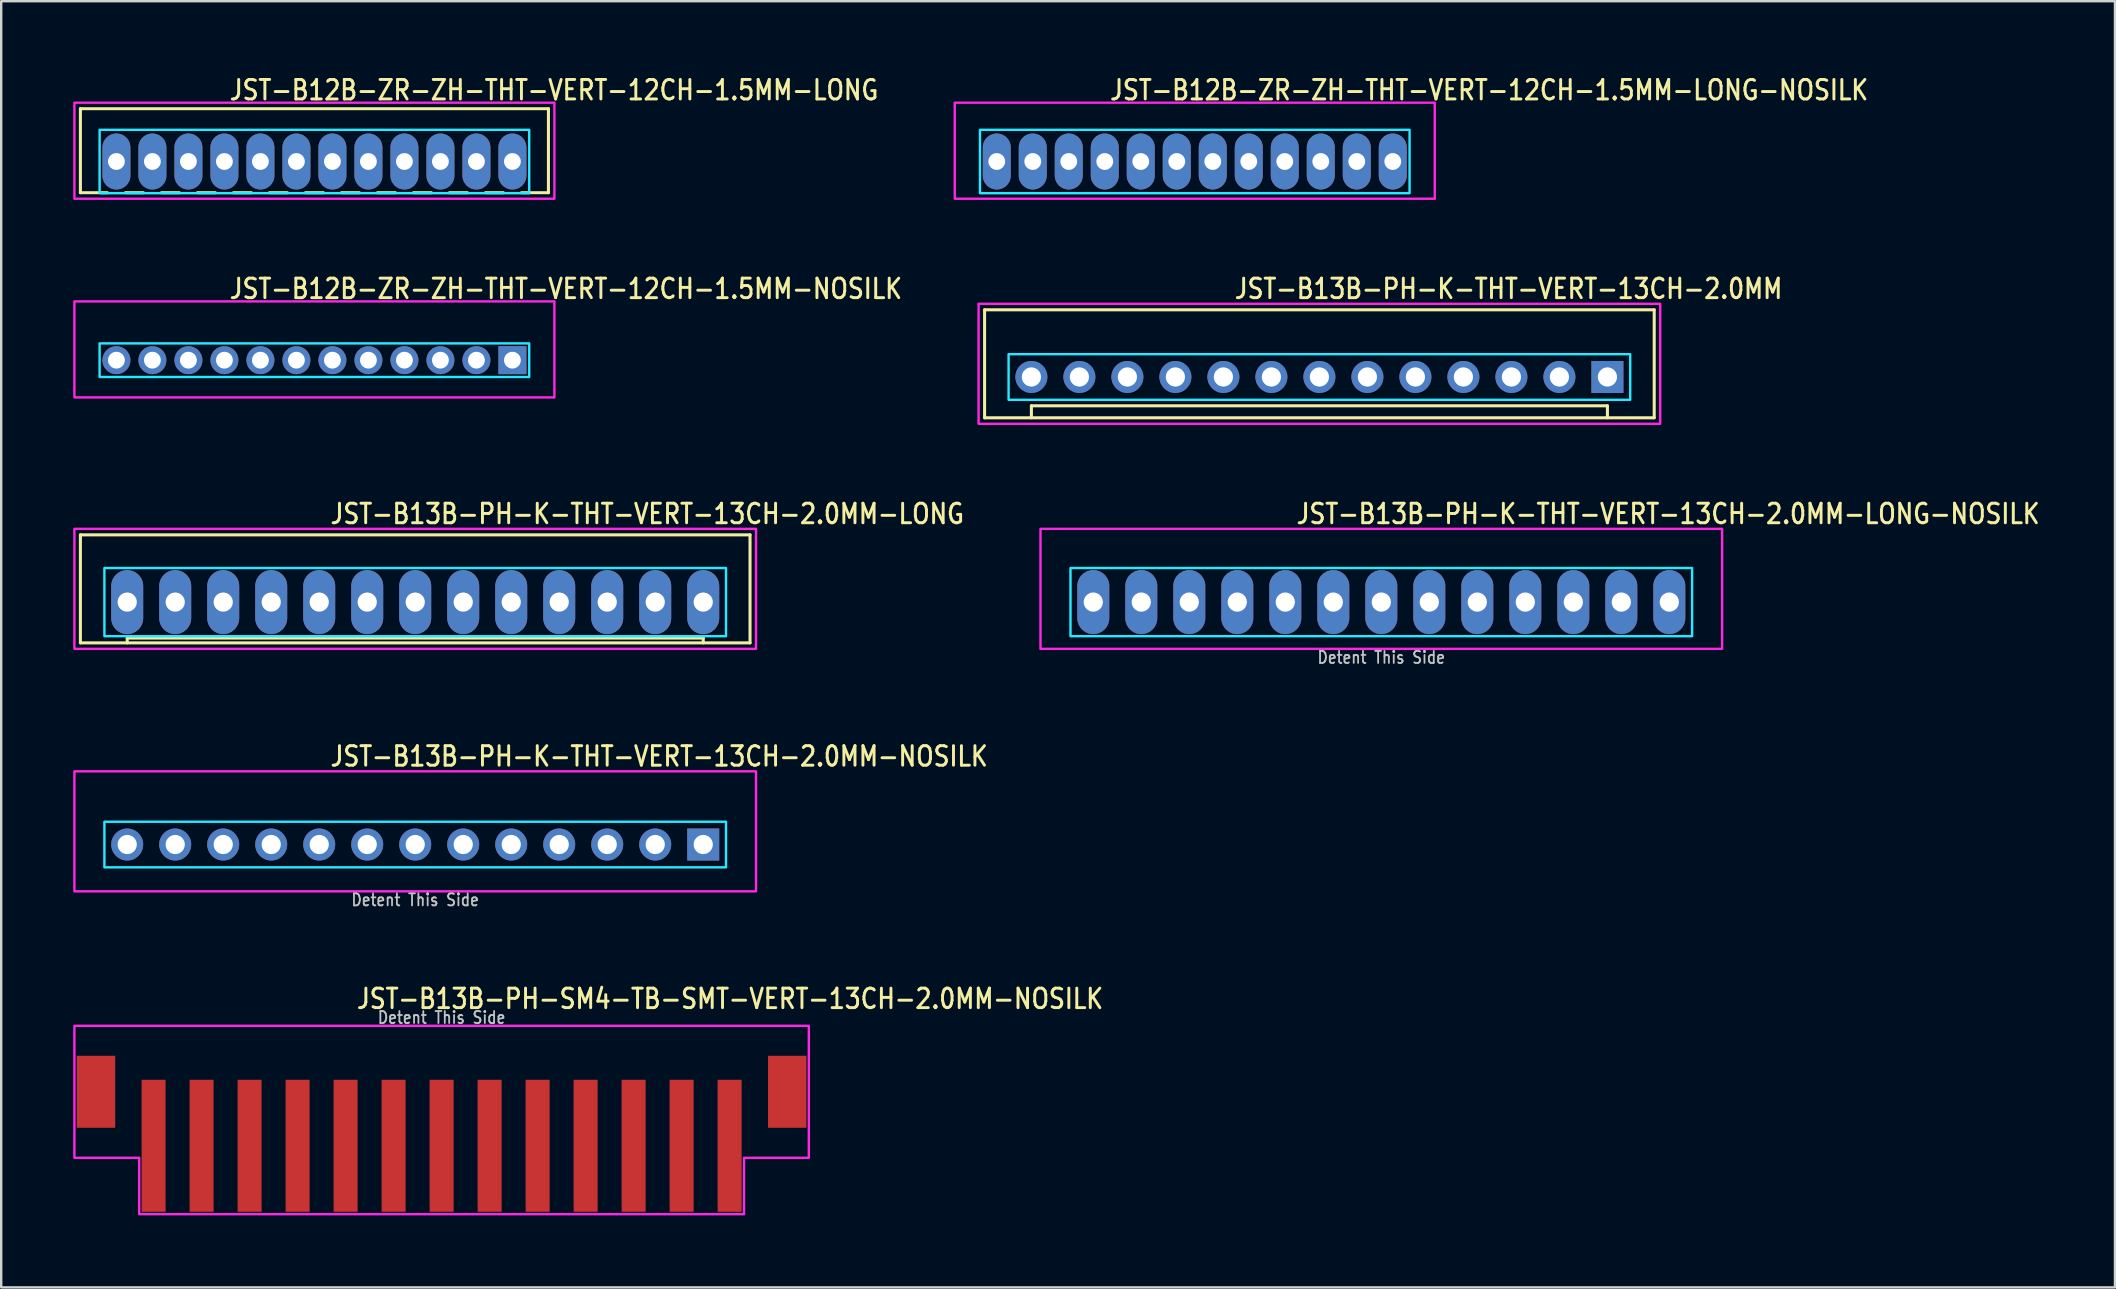
<source format=kicad_pcb>
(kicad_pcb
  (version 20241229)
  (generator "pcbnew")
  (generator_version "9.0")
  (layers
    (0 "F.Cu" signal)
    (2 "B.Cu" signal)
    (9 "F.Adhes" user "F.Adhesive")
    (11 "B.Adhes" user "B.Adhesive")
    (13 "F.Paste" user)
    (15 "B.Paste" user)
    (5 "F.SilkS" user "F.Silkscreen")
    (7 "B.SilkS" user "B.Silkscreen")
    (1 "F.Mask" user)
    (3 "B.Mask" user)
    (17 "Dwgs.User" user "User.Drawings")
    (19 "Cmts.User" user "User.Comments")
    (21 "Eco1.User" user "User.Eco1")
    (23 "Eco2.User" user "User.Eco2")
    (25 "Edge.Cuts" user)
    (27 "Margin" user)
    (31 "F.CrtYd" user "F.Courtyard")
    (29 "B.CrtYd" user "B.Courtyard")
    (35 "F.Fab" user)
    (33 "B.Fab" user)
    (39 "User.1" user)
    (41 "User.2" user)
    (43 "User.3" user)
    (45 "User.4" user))
  (footprint "JST-B13B-PH-K-THT-VERT-13CH-2.0MM"
    (layer "F.Cu")
    (at 51.923 12.657)
    (property "Reference" "JST-B13B-PH-K-THT-VERT-13CH-2.0MM" (at -3.6 -3.2 0) (unlocked yes) (layer "F.SilkS") (effects (font (size 0.813 0.695) (thickness 0.122)) (justify left bottom)))
    (fp_line (start -13.95 -2.8) (end -13.95 1.7) (stroke (width 0.127) (type solid)) (layer "F.SilkS"))
    (fp_line (start -13.95 -2.8) (end 13.95 -2.8) (stroke (width 0.127) (type solid)) (layer "F.SilkS"))
    (fp_line (start -13.95 1.7) (end 13.95 1.7) (stroke (width 0.127) (type solid)) (layer "F.SilkS"))
    (fp_line (start -12 1.7) (end -12 1.2) (stroke (width 0.127) (type solid)) (layer "F.SilkS"))
    (fp_line (start 12 1.2) (end -12 1.2) (stroke (width 0.127) (type solid)) (layer "F.SilkS"))
    (fp_line (start 12 1.7) (end 12 1.2) (stroke (width 0.127) (type solid)) (layer "F.SilkS"))
    (fp_line (start 13.95 1.7) (end 13.95 -2.8) (stroke (width 0.127) (type solid)) (layer "F.SilkS"))
    (fp_poly (pts (xy -12.95 -0.95) (xy -12.95 0.95) (xy 12.95 0.95) (xy 12.95 -0.95)) (stroke (width 0.1) (type solid)) (fill no) (layer "B.CrtYd"))
    (fp_poly (pts (xy -14.2 1.95) (xy -14.2 -3.05) (xy 14.2 -3.05) (xy 14.2 1.95)) (stroke (width 0.1) (type solid)) (fill no) (layer "F.CrtYd"))
    (pad "1" thru_hole rect (at 12 0) (size 1.333 1.333) (drill 0.8) (layers "*.Cu" "*.Mask"))
    (pad "2" thru_hole oval (at 10 0) (size 1.333 1.333) (drill 0.8) (layers "*.Cu" "*.Mask"))
    (pad "3" thru_hole oval (at 8 0) (size 1.333 1.333) (drill 0.8) (layers "*.Cu" "*.Mask"))
    (pad "4" thru_hole oval (at 6 0) (size 1.333 1.333) (drill 0.8) (layers "*.Cu" "*.Mask"))
    (pad "5" thru_hole oval (at 4 0) (size 1.333 1.333) (drill 0.8) (layers "*.Cu" "*.Mask"))
    (pad "6" thru_hole oval (at 2 0) (size 1.333 1.333) (drill 0.8) (layers "*.Cu" "*.Mask"))
    (pad "7" thru_hole oval (at 0 0) (size 1.333 1.333) (drill 0.8) (layers "*.Cu" "*.Mask"))
    (pad "8" thru_hole oval (at -2 0) (size 1.333 1.333) (drill 0.8) (layers "*.Cu" "*.Mask"))
    (pad "9" thru_hole oval (at -4 0) (size 1.333 1.333) (drill 0.8) (layers "*.Cu" "*.Mask"))
    (pad "10" thru_hole oval (at -6 0) (size 1.333 1.333) (drill 0.8) (layers "*.Cu" "*.Mask"))
    (pad "11" thru_hole oval (at -8 0) (size 1.333 1.333) (drill 0.8) (layers "*.Cu" "*.Mask"))
    (pad "12" thru_hole oval (at -10 0) (size 1.333 1.333) (drill 0.8) (layers "*.Cu" "*.Mask"))
    (pad "13" thru_hole oval (at -12 0) (size 1.333 1.333) (drill 0.8) (layers "*.Cu" "*.Mask")))
  (footprint "JST-B13B-PH-K-THT-VERT-13CH-2.0MM-NOSILK"
    (layer "F.Cu")
    (at 14.25 32.137)
    (property "Reference" "JST-B13B-PH-K-THT-VERT-13CH-2.0MM-NOSILK" (at -3.6 -3.2 0) (unlocked yes) (layer "F.SilkS") (effects (font (size 0.813 0.695) (thickness 0.122)) (justify left bottom)))
    (fp_poly (pts (xy -12.95 -0.95) (xy -12.95 0.95) (xy 12.95 0.95) (xy 12.95 -0.95)) (stroke (width 0.1) (type solid)) (fill no) (layer "B.CrtYd"))
    (fp_poly (pts (xy -14.2 1.95) (xy -14.2 -3.05) (xy 14.2 -3.05) (xy 14.2 1.95)) (stroke (width 0.1) (type solid)) (fill no) (layer "F.CrtYd"))
    (fp_text user "Detent This Side" (at 0 2.6 0) (unlocked yes) (layer "Dwgs.User") (effects (font (size 0.5 0.427) (thickness 0.075)) (justify bottom)))
    (pad "1" thru_hole rect (at 12 0) (size 1.333 1.333) (drill 0.8) (layers "*.Cu" "*.Mask"))
    (pad "2" thru_hole oval (at 10 0) (size 1.333 1.333) (drill 0.8) (layers "*.Cu" "*.Mask"))
    (pad "3" thru_hole oval (at 8 0) (size 1.333 1.333) (drill 0.8) (layers "*.Cu" "*.Mask"))
    (pad "4" thru_hole oval (at 6 0) (size 1.333 1.333) (drill 0.8) (layers "*.Cu" "*.Mask"))
    (pad "5" thru_hole oval (at 4 0) (size 1.333 1.333) (drill 0.8) (layers "*.Cu" "*.Mask"))
    (pad "6" thru_hole oval (at 2 0) (size 1.333 1.333) (drill 0.8) (layers "*.Cu" "*.Mask"))
    (pad "7" thru_hole oval (at 0 0) (size 1.333 1.333) (drill 0.8) (layers "*.Cu" "*.Mask"))
    (pad "8" thru_hole oval (at -2 0) (size 1.333 1.333) (drill 0.8) (layers "*.Cu" "*.Mask"))
    (pad "9" thru_hole oval (at -4 0) (size 1.333 1.333) (drill 0.8) (layers "*.Cu" "*.Mask"))
    (pad "10" thru_hole oval (at -6 0) (size 1.333 1.333) (drill 0.8) (layers "*.Cu" "*.Mask"))
    (pad "11" thru_hole oval (at -8 0) (size 1.333 1.333) (drill 0.8) (layers "*.Cu" "*.Mask"))
    (pad "12" thru_hole oval (at -10 0) (size 1.333 1.333) (drill 0.8) (layers "*.Cu" "*.Mask"))
    (pad "13" thru_hole oval (at -12 0) (size 1.333 1.333) (drill 0.8) (layers "*.Cu" "*.Mask")))
  (footprint "JST-B12B-ZR-ZH-THT-VERT-12CH-1.5MM-NOSILK"
    (layer "F.Cu")
    (at 10.05 11.957)
    (property "Reference" "JST-B12B-ZR-ZH-THT-VERT-12CH-1.5MM-NOSILK" (at -3.6 -2.5 0) (unlocked yes) (layer "F.SilkS") (effects (font (size 0.813 0.695) (thickness 0.122)) (justify left bottom)))
    (fp_poly (pts (xy -8.95 -0.7) (xy -8.95 0.7) (xy 8.95 0.7) (xy 8.95 -0.7)) (stroke (width 0.1) (type solid)) (fill no) (layer "B.CrtYd"))
    (fp_poly (pts (xy -10 -2.45) (xy -10 1.55) (xy 10 1.55) (xy 10 -2.45)) (stroke (width 0.1) (type solid)) (fill no) (layer "F.CrtYd"))
    (pad "1" thru_hole rect (at 8.25 0) (size 1.167 1.167) (drill 0.7) (layers "*.Cu" "*.Mask"))
    (pad "2" thru_hole oval (at 6.75 0) (size 1.167 1.167) (drill 0.7) (layers "*.Cu" "*.Mask"))
    (pad "3" thru_hole oval (at 5.25 0) (size 1.167 1.167) (drill 0.7) (layers "*.Cu" "*.Mask"))
    (pad "4" thru_hole oval (at 3.75 0) (size 1.167 1.167) (drill 0.7) (layers "*.Cu" "*.Mask"))
    (pad "5" thru_hole oval (at 2.25 0) (size 1.167 1.167) (drill 0.7) (layers "*.Cu" "*.Mask"))
    (pad "6" thru_hole oval (at 0.75 0) (size 1.167 1.167) (drill 0.7) (layers "*.Cu" "*.Mask"))
    (pad "7" thru_hole oval (at -0.75 0) (size 1.167 1.167) (drill 0.7) (layers "*.Cu" "*.Mask"))
    (pad "8" thru_hole oval (at -2.25 0) (size 1.167 1.167) (drill 0.7) (layers "*.Cu" "*.Mask"))
    (pad "9" thru_hole oval (at -3.75 0) (size 1.167 1.167) (drill 0.7) (layers "*.Cu" "*.Mask"))
    (pad "10" thru_hole oval (at -5.25 0) (size 1.167 1.167) (drill 0.7) (layers "*.Cu" "*.Mask"))
    (pad "11" thru_hole oval (at -6.75 0) (size 1.167 1.167) (drill 0.7) (layers "*.Cu" "*.Mask"))
    (pad "12" thru_hole oval (at -8.25 0) (size 1.167 1.167) (drill 0.7) (layers "*.Cu" "*.Mask")))
  (footprint "JST-B13B-PH-K-THT-VERT-13CH-2.0MM-LONG-NOSILK"
    (layer "F.Cu")
    (at 54.502 22.036)
    (property "Reference" "JST-B13B-PH-K-THT-VERT-13CH-2.0MM-LONG-NOSILK" (at -3.6 -3.2 0) (unlocked yes) (layer "F.SilkS") (effects (font (size 0.813 0.695) (thickness 0.122)) (justify left bottom)))
    (fp_poly (pts (xy -12.95 -1.42) (xy -12.95 1.42) (xy 12.95 1.42) (xy 12.95 -1.42)) (stroke (width 0.1) (type solid)) (fill no) (layer "B.CrtYd"))
    (fp_poly (pts (xy -14.2 1.95) (xy -14.2 -3.05) (xy 14.2 -3.05) (xy 14.2 1.95)) (stroke (width 0.1) (type solid)) (fill no) (layer "F.CrtYd"))
    (fp_text user "Detent This Side" (at 0 2.6 0) (unlocked yes) (layer "Dwgs.User") (effects (font (size 0.5 0.427) (thickness 0.075)) (justify bottom)))
    (pad "1" thru_hole oval (at 12 0 90) (size 2.667 1.333) (drill 0.8) (layers "*.Cu" "*.Mask"))
    (pad "2" thru_hole oval (at 10 0 90) (size 2.667 1.333) (drill 0.8) (layers "*.Cu" "*.Mask"))
    (pad "3" thru_hole oval (at 8 0 90) (size 2.667 1.333) (drill 0.8) (layers "*.Cu" "*.Mask"))
    (pad "4" thru_hole oval (at 6 0 90) (size 2.667 1.333) (drill 0.8) (layers "*.Cu" "*.Mask"))
    (pad "5" thru_hole oval (at 4 0 90) (size 2.667 1.333) (drill 0.8) (layers "*.Cu" "*.Mask"))
    (pad "6" thru_hole oval (at 2 0 90) (size 2.667 1.333) (drill 0.8) (layers "*.Cu" "*.Mask"))
    (pad "7" thru_hole oval (at 0 0 90) (size 2.667 1.333) (drill 0.8) (layers "*.Cu" "*.Mask"))
    (pad "8" thru_hole oval (at -2 0 90) (size 2.667 1.333) (drill 0.8) (layers "*.Cu" "*.Mask"))
    (pad "9" thru_hole oval (at -4 0 90) (size 2.667 1.333) (drill 0.8) (layers "*.Cu" "*.Mask"))
    (pad "10" thru_hole oval (at -6 0 90) (size 2.667 1.333) (drill 0.8) (layers "*.Cu" "*.Mask"))
    (pad "11" thru_hole oval (at -8 0 90) (size 2.667 1.333) (drill 0.8) (layers "*.Cu" "*.Mask"))
    (pad "12" thru_hole oval (at -10 0 90) (size 2.667 1.333) (drill 0.8) (layers "*.Cu" "*.Mask"))
    (pad "13" thru_hole oval (at -12 0 90) (size 2.667 1.333) (drill 0.8) (layers "*.Cu" "*.Mask")))
  (footprint "JST-B13B-PH-SM4-TB-SMT-VERT-13CH-2.0MM-NOSILK"
    (layer "F.Cu")
    (at 15.35 42.439)
    (property "Reference" "JST-B13B-PH-SM4-TB-SMT-VERT-13CH-2.0MM-NOSILK" (at -3.6 -3.4 0) (unlocked yes) (layer "F.SilkS") (effects (font (size 0.813 0.695) (thickness 0.122)) (justify left bottom)))
    (fp_poly (pts (xy -15.3 -2.75) (xy -15.3 2.75) (xy -12.6 2.75) (xy -12.6 5.1) (xy 12.6 5.1) (xy 12.6 2.75) (xy 15.3 2.75) (xy 15.3 -2.75)) (stroke (width 0.1) (type solid)) (fill no) (layer "F.CrtYd"))
    (fp_text user "Detent This Side" (at 0 -2.8 0) (unlocked yes) (layer "Dwgs.User") (effects (font (size 0.5 0.427) (thickness 0.075)) (justify bottom)))
    (pad "1" smd rect (at -12 2.25) (size 1 5.5) (layers "F.Cu" "F.Mask" "F.Paste"))
    (pad "2" smd rect (at -10 2.25) (size 1 5.5) (layers "F.Cu" "F.Mask" "F.Paste"))
    (pad "3" smd rect (at -8 2.25) (size 1 5.5) (layers "F.Cu" "F.Mask" "F.Paste"))
    (pad "4" smd rect (at -6 2.25) (size 1 5.5) (layers "F.Cu" "F.Mask" "F.Paste"))
    (pad "5" smd rect (at -4 2.25) (size 1 5.5) (layers "F.Cu" "F.Mask" "F.Paste"))
    (pad "6" smd rect (at -2 2.25) (size 1 5.5) (layers "F.Cu" "F.Mask" "F.Paste"))
    (pad "7" smd rect (at 0 2.25) (size 1 5.5) (layers "F.Cu" "F.Mask" "F.Paste"))
    (pad "8" smd rect (at 2 2.25) (size 1 5.5) (layers "F.Cu" "F.Mask" "F.Paste"))
    (pad "9" smd rect (at 4 2.25) (size 1 5.5) (layers "F.Cu" "F.Mask" "F.Paste"))
    (pad "10" smd rect (at 6 2.25) (size 1 5.5) (layers "F.Cu" "F.Mask" "F.Paste"))
    (pad "11" smd rect (at 8 2.25) (size 1 5.5) (layers "F.Cu" "F.Mask" "F.Paste"))
    (pad "12" smd rect (at 10 2.25) (size 1 5.5) (layers "F.Cu" "F.Mask" "F.Paste"))
    (pad "13" smd rect (at 12 2.25) (size 1 5.5) (layers "F.Cu" "F.Mask" "F.Paste"))
    (pad "S_1" smd rect (at -14.4 0) (size 1.6 3) (layers "F.Cu" "F.Mask" "F.Paste"))
    (pad "S_2" smd rect (at 14.4 0) (size 1.6 3) (layers "F.Cu" "F.Mask" "F.Paste")))
  (footprint "JST-B12B-ZR-ZH-THT-VERT-12CH-1.5MM-LONG-NOSILK"
    (layer "F.Cu")
    (at 46.73 3.679)
    (property "Reference" "JST-B12B-ZR-ZH-THT-VERT-12CH-1.5MM-LONG-NOSILK" (at -3.6 -2.5 0) (unlocked yes) (layer "F.SilkS") (effects (font (size 0.813 0.695) (thickness 0.122)) (justify left bottom)))
    (fp_poly (pts (xy -8.95 -1.32) (xy -8.95 1.32) (xy 8.95 1.32) (xy 8.95 -1.32)) (stroke (width 0.1) (type solid)) (fill no) (layer "B.CrtYd"))
    (fp_poly (pts (xy -10 -2.45) (xy -10 1.55) (xy 10 1.55) (xy 10 -2.45)) (stroke (width 0.1) (type solid)) (fill no) (layer "F.CrtYd"))
    (pad "1" thru_hole oval (at 8.25 0 90) (size 2.333 1.167) (drill 0.7) (layers "*.Cu" "*.Mask"))
    (pad "2" thru_hole oval (at 6.75 0 90) (size 2.333 1.167) (drill 0.7) (layers "*.Cu" "*.Mask"))
    (pad "3" thru_hole oval (at 5.25 0 90) (size 2.333 1.167) (drill 0.7) (layers "*.Cu" "*.Mask"))
    (pad "4" thru_hole oval (at 3.75 0 90) (size 2.333 1.167) (drill 0.7) (layers "*.Cu" "*.Mask"))
    (pad "5" thru_hole oval (at 2.25 0 90) (size 2.333 1.167) (drill 0.7) (layers "*.Cu" "*.Mask"))
    (pad "6" thru_hole oval (at 0.75 0 90) (size 2.333 1.167) (drill 0.7) (layers "*.Cu" "*.Mask"))
    (pad "7" thru_hole oval (at -0.75 0 90) (size 2.333 1.167) (drill 0.7) (layers "*.Cu" "*.Mask"))
    (pad "8" thru_hole oval (at -2.25 0 90) (size 2.333 1.167) (drill 0.7) (layers "*.Cu" "*.Mask"))
    (pad "9" thru_hole oval (at -3.75 0 90) (size 2.333 1.167) (drill 0.7) (layers "*.Cu" "*.Mask"))
    (pad "10" thru_hole oval (at -5.25 0 90) (size 2.333 1.167) (drill 0.7) (layers "*.Cu" "*.Mask"))
    (pad "11" thru_hole oval (at -6.75 0 90) (size 2.333 1.167) (drill 0.7) (layers "*.Cu" "*.Mask"))
    (pad "12" thru_hole oval (at -8.25 0 90) (size 2.333 1.167) (drill 0.7) (layers "*.Cu" "*.Mask")))
  (footprint "JST-B13B-PH-K-THT-VERT-13CH-2.0MM-LONG"
    (layer "F.Cu")
    (at 14.25 22.036)
    (property "Reference" "JST-B13B-PH-K-THT-VERT-13CH-2.0MM-LONG" (at -3.6 -3.2 0) (unlocked yes) (layer "F.SilkS") (effects (font (size 0.813 0.695) (thickness 0.122)) (justify left bottom)))
    (fp_line (start -13.95 -2.8) (end -13.95 1.7) (stroke (width 0.127) (type solid)) (layer "F.SilkS"))
    (fp_line (start -13.95 -2.8) (end 13.95 -2.8) (stroke (width 0.127) (type solid)) (layer "F.SilkS"))
    (fp_line (start -13.95 1.7) (end 13.95 1.7) (stroke (width 0.127) (type solid)) (layer "F.SilkS"))
    (fp_line (start -12 1.7) (end -12 1.5) (stroke (width 0.127) (type solid)) (layer "F.SilkS"))
    (fp_line (start 12 1.5) (end -12 1.5) (stroke (width 0.127) (type solid)) (layer "F.SilkS"))
    (fp_line (start 12 1.7) (end 12 1.5) (stroke (width 0.127) (type solid)) (layer "F.SilkS"))
    (fp_line (start 13.95 1.7) (end 13.95 -2.8) (stroke (width 0.127) (type solid)) (layer "F.SilkS"))
    (fp_poly (pts (xy -12.95 -1.42) (xy -12.95 1.42) (xy 12.95 1.42) (xy 12.95 -1.42)) (stroke (width 0.1) (type solid)) (fill no) (layer "B.CrtYd"))
    (fp_poly (pts (xy -14.2 1.95) (xy -14.2 -3.05) (xy 14.2 -3.05) (xy 14.2 1.95)) (stroke (width 0.1) (type solid)) (fill no) (layer "F.CrtYd"))
    (pad "1" thru_hole oval (at 12 0 90) (size 2.667 1.333) (drill 0.8) (layers "*.Cu" "*.Mask"))
    (pad "2" thru_hole oval (at 10 0 90) (size 2.667 1.333) (drill 0.8) (layers "*.Cu" "*.Mask"))
    (pad "3" thru_hole oval (at 8 0 90) (size 2.667 1.333) (drill 0.8) (layers "*.Cu" "*.Mask"))
    (pad "4" thru_hole oval (at 6 0 90) (size 2.667 1.333) (drill 0.8) (layers "*.Cu" "*.Mask"))
    (pad "5" thru_hole oval (at 4 0 90) (size 2.667 1.333) (drill 0.8) (layers "*.Cu" "*.Mask"))
    (pad "6" thru_hole oval (at 2 0 90) (size 2.667 1.333) (drill 0.8) (layers "*.Cu" "*.Mask"))
    (pad "7" thru_hole oval (at 0 0 90) (size 2.667 1.333) (drill 0.8) (layers "*.Cu" "*.Mask"))
    (pad "8" thru_hole oval (at -2 0 90) (size 2.667 1.333) (drill 0.8) (layers "*.Cu" "*.Mask"))
    (pad "9" thru_hole oval (at -4 0 90) (size 2.667 1.333) (drill 0.8) (layers "*.Cu" "*.Mask"))
    (pad "10" thru_hole oval (at -6 0 90) (size 2.667 1.333) (drill 0.8) (layers "*.Cu" "*.Mask"))
    (pad "11" thru_hole oval (at -8 0 90) (size 2.667 1.333) (drill 0.8) (layers "*.Cu" "*.Mask"))
    (pad "12" thru_hole oval (at -10 0 90) (size 2.667 1.333) (drill 0.8) (layers "*.Cu" "*.Mask"))
    (pad "13" thru_hole oval (at -12 0 90) (size 2.667 1.333) (drill 0.8) (layers "*.Cu" "*.Mask")))
  (footprint "JST-B12B-ZR-ZH-THT-VERT-12CH-1.5MM-LONG"
    (layer "F.Cu")
    (at 10.05 3.679)
    (property "Reference" "JST-B12B-ZR-ZH-THT-VERT-12CH-1.5MM-LONG" (at -3.6 -2.5 0) (unlocked yes) (layer "F.SilkS") (effects (font (size 0.813 0.695) (thickness 0.122)) (justify left bottom)))
    (fp_line (start -9.75 -2.2) (end 9.75 -2.2) (stroke (width 0.127) (type solid)) (layer "F.SilkS"))
    (fp_line (start -9.75 1.3) (end -9.75 -2.2) (stroke (width 0.127) (type solid)) (layer "F.SilkS"))
    (fp_line (start -9.75 1.3) (end -8.625 1.3) (stroke (width 0.127) (type solid)) (layer "F.SilkS"))
    (fp_line (start -7.875 1.3) (end -7.125 1.3) (stroke (width 0.127) (type solid)) (layer "F.SilkS"))
    (fp_line (start -6.375 1.3) (end -5.625 1.3) (stroke (width 0.127) (type solid)) (layer "F.SilkS"))
    (fp_line (start -4.875 1.3) (end -4.125 1.3) (stroke (width 0.127) (type solid)) (layer "F.SilkS"))
    (fp_line (start -3.375 1.3) (end -2.625 1.3) (stroke (width 0.127) (type solid)) (layer "F.SilkS"))
    (fp_line (start -1.875 1.3) (end -1.125 1.3) (stroke (width 0.127) (type solid)) (layer "F.SilkS"))
    (fp_line (start -0.375 1.3) (end 0.375 1.3) (stroke (width 0.127) (type solid)) (layer "F.SilkS"))
    (fp_line (start 1.125 1.3) (end 1.875 1.3) (stroke (width 0.127) (type solid)) (layer "F.SilkS"))
    (fp_line (start 2.625 1.3) (end 3.375 1.3) (stroke (width 0.127) (type solid)) (layer "F.SilkS"))
    (fp_line (start 4.125 1.3) (end 4.875 1.3) (stroke (width 0.127) (type solid)) (layer "F.SilkS"))
    (fp_line (start 5.625 1.3) (end 6.375 1.3) (stroke (width 0.127) (type solid)) (layer "F.SilkS"))
    (fp_line (start 7.125 1.3) (end 7.875 1.3) (stroke (width 0.127) (type solid)) (layer "F.SilkS"))
    (fp_line (start 8.625 1.3) (end 9.75 1.3) (stroke (width 0.127) (type solid)) (layer "F.SilkS"))
    (fp_line (start 9.75 -2.2) (end 9.75 1.3) (stroke (width 0.127) (type solid)) (layer "F.SilkS"))
    (fp_poly (pts (xy -8.95 -1.32) (xy -8.95 1.32) (xy 8.95 1.32) (xy 8.95 -1.32)) (stroke (width 0.1) (type solid)) (fill no) (layer "B.CrtYd"))
    (fp_poly (pts (xy -10 -2.45) (xy -10 1.55) (xy 10 1.55) (xy 10 -2.45)) (stroke (width 0.1) (type solid)) (fill no) (layer "F.CrtYd"))
    (pad "1" thru_hole oval (at 8.25 0 90) (size 2.333 1.167) (drill 0.7) (layers "*.Cu" "*.Mask"))
    (pad "2" thru_hole oval (at 6.75 0 90) (size 2.333 1.167) (drill 0.7) (layers "*.Cu" "*.Mask"))
    (pad "3" thru_hole oval (at 5.25 0 90) (size 2.333 1.167) (drill 0.7) (layers "*.Cu" "*.Mask"))
    (pad "4" thru_hole oval (at 3.75 0 90) (size 2.333 1.167) (drill 0.7) (layers "*.Cu" "*.Mask"))
    (pad "5" thru_hole oval (at 2.25 0 90) (size 2.333 1.167) (drill 0.7) (layers "*.Cu" "*.Mask"))
    (pad "6" thru_hole oval (at 0.75 0 90) (size 2.333 1.167) (drill 0.7) (layers "*.Cu" "*.Mask"))
    (pad "7" thru_hole oval (at -0.75 0 90) (size 2.333 1.167) (drill 0.7) (layers "*.Cu" "*.Mask"))
    (pad "8" thru_hole oval (at -2.25 0 90) (size 2.333 1.167) (drill 0.7) (layers "*.Cu" "*.Mask"))
    (pad "9" thru_hole oval (at -3.75 0 90) (size 2.333 1.167) (drill 0.7) (layers "*.Cu" "*.Mask"))
    (pad "10" thru_hole oval (at -5.25 0 90) (size 2.333 1.167) (drill 0.7) (layers "*.Cu" "*.Mask"))
    (pad "11" thru_hole oval (at -6.75 0 90) (size 2.333 1.167) (drill 0.7) (layers "*.Cu" "*.Mask"))
    (pad "12" thru_hole oval (at -8.25 0 90) (size 2.333 1.167) (drill 0.7) (layers "*.Cu" "*.Mask")))
  (gr_rect
    (start -3 -3)
    (end 85.07 50.589)
    (stroke (width 0.1) (type default))
    (fill no)
    (layer "Edge.Cuts")))
</source>
